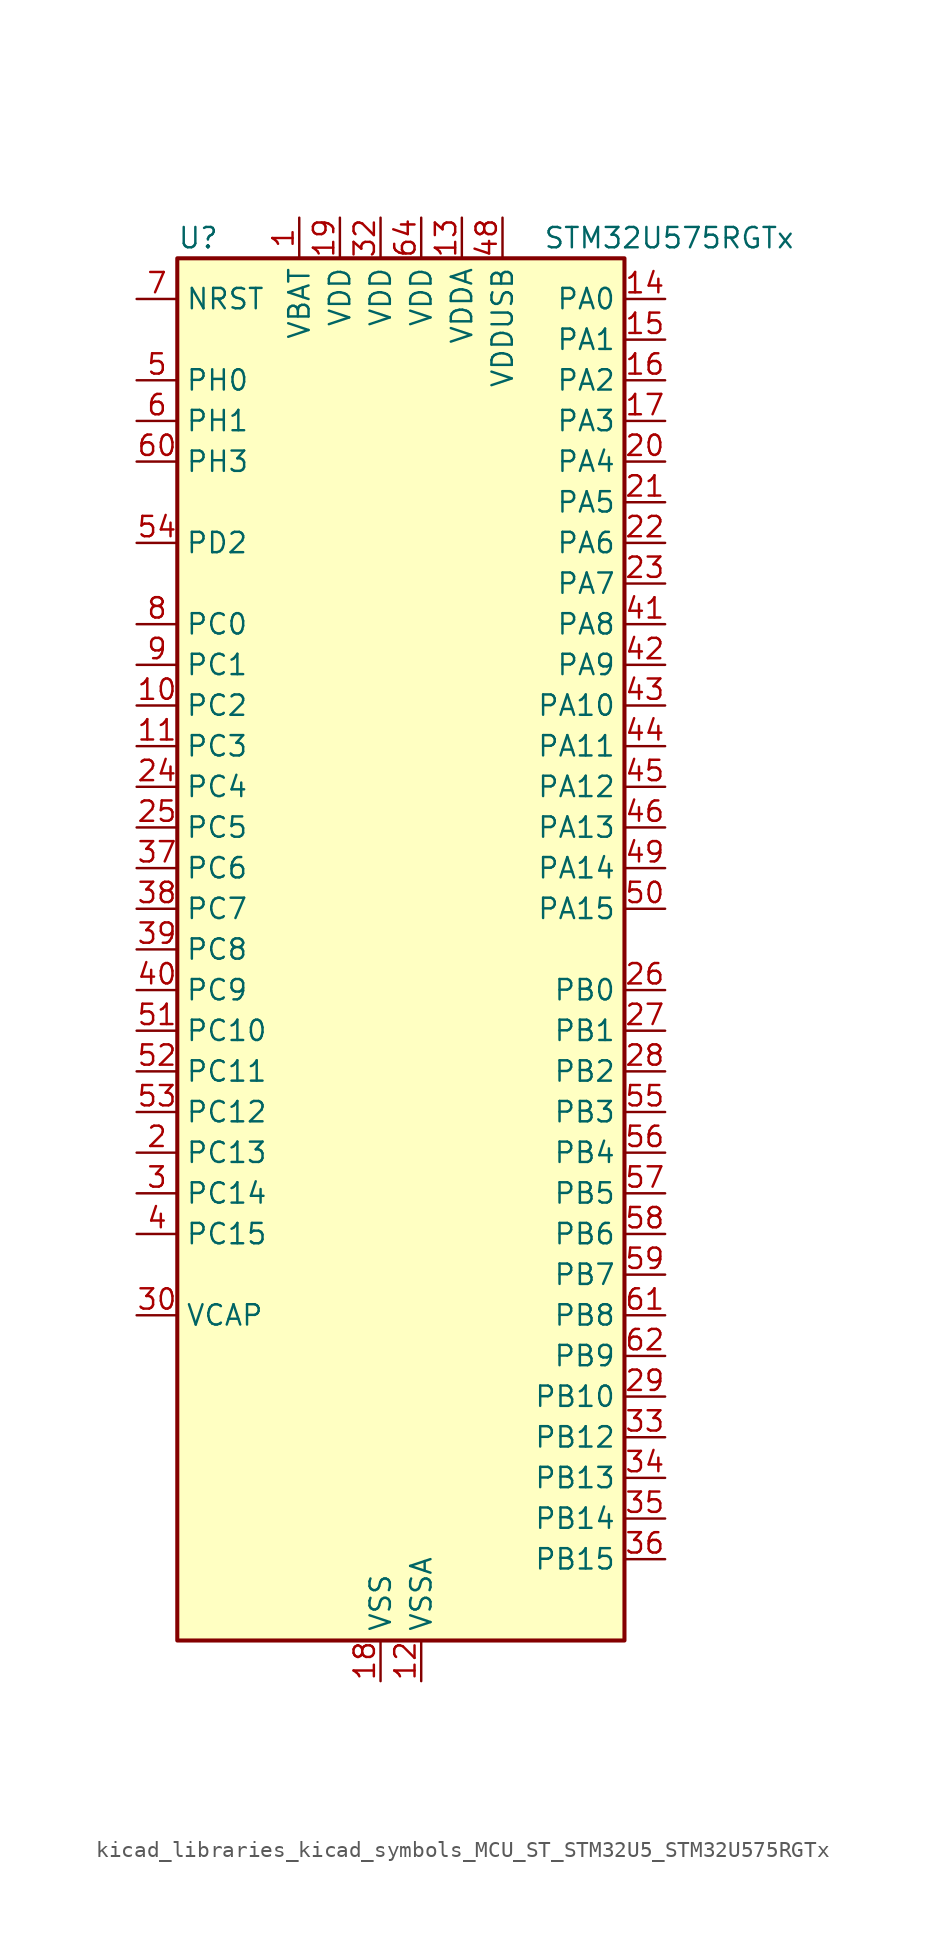
<source format=kicad_sym>
(kicad_symbol_lib
  (version 20220914)
  (generator kicad_symbol_editor)
  (symbol "kicad_libraries_kicad_symbols_MCU_ST_STM32U5_STM32U575RGTx"
    (property "Reference" "U"
      (at -12.7 44.45 0)
      (effects (font (size 1.27 1.27)) (justify left)))
    (property "Value" "STM32U575RGTx"
      (at 10.16 44.45 0)
      (effects (font (size 1.27 1.27)) (justify left)))
    (property "ki_locked" ""
      (at 0 0 0)
      (effects (font (size 1.27 1.27))))
    (symbol "kicad_libraries_kicad_symbols_MCU_ST_STM32U5_STM32U575RGTx_0_1"
      (rectangle (start -12.7 -43.18) (end 15.24 43.18) (stroke (width 0.254) (type default)) (fill (type background))))
    (symbol "kicad_libraries_kicad_symbols_MCU_ST_STM32U5_STM32U575RGTx_1_1"
      (pin power_in line (at -5.08 45.72 270) (length 2.54) (name "VBAT" (effects (font (size 1.27 1.27)))) (number "1" (effects (font (size 1.27 1.27)))))
      (pin bidirectional line (at -15.24 15.24 0) (length 2.54) (name "PC2" (effects (font (size 1.27 1.27)))) (number "10" (effects (font (size 1.27 1.27)))) (alternate "ADC1_IN3" bidirectional line) (alternate "ADC4_IN3" bidirectional line) (alternate "LPTIM1_IN2" bidirectional line) (alternate "MDF1_CCK1" bidirectional line) (alternate "OCTOSPIM_P1_IO5" bidirectional line) (alternate "SPI2_MISO" bidirectional line))
      (pin bidirectional line (at -15.24 12.7 0) (length 2.54) (name "PC3" (effects (font (size 1.27 1.27)))) (number "11" (effects (font (size 1.27 1.27)))) (alternate "ADC1_IN4" bidirectional line) (alternate "ADC4_IN4" bidirectional line) (alternate "LPTIM1_ETR" bidirectional line) (alternate "LPTIM2_ETR" bidirectional line) (alternate "LPTIM3_CH1" bidirectional line) (alternate "OCTOSPIM_P1_IO6" bidirectional line) (alternate "SAI1_D1" bidirectional line) (alternate "SAI1_SD_A" bidirectional line) (alternate "SPI2_MOSI" bidirectional line))
      (pin power_in line (at 2.54 -45.72 90) (length 2.54) (name "VSSA" (effects (font (size 1.27 1.27)))) (number "12" (effects (font (size 1.27 1.27)))))
      (pin power_in line (at 5.08 45.72 270) (length 2.54) (name "VDDA" (effects (font (size 1.27 1.27)))) (number "13" (effects (font (size 1.27 1.27)))))
      (pin bidirectional line (at 17.78 40.64 180) (length 2.54) (name "PA0" (effects (font (size 1.27 1.27)))) (number "14" (effects (font (size 1.27 1.27)))) (alternate "ADC1_IN5" bidirectional line) (alternate "AUDIOCLK" bidirectional line) (alternate "OCTOSPIM_P2_NCS" bidirectional line) (alternate "OPAMP1_VINP" bidirectional line) (alternate "PWR_WKUP1" bidirectional line) (alternate "SDMMC2_CMD" bidirectional line) (alternate "SPI3_RDY" bidirectional line) (alternate "TAMP_IN2" bidirectional line) (alternate "TAMP_OUT1" bidirectional line) (alternate "TIM2_CH1" bidirectional line) (alternate "TIM2_ETR" bidirectional line) (alternate "TIM5_CH1" bidirectional line) (alternate "TIM8_ETR" bidirectional line) (alternate "UART4_TX" bidirectional line) (alternate "USART2_CTS" bidirectional line))
      (pin bidirectional line (at 17.78 38.1 180) (length 2.54) (name "PA1" (effects (font (size 1.27 1.27)))) (number "15" (effects (font (size 1.27 1.27)))) (alternate "ADC1_IN6" bidirectional line) (alternate "I2C1_SMBA" bidirectional line) (alternate "LPTIM1_CH2" bidirectional line) (alternate "OCTOSPIM_P1_DQS" bidirectional line) (alternate "OPAMP1_VINM" bidirectional line) (alternate "PWR_WKUP3" bidirectional line) (alternate "SPI1_SCK" bidirectional line) (alternate "TAMP_IN5" bidirectional line) (alternate "TAMP_OUT4" bidirectional line) (alternate "TIM15_CH1N" bidirectional line) (alternate "TIM2_CH2" bidirectional line) (alternate "TIM5_CH2" bidirectional line) (alternate "UART4_RX" bidirectional line) (alternate "USART2_DE" bidirectional line) (alternate "USART2_RTS" bidirectional line))
      (pin bidirectional line (at 17.78 35.56 180) (length 2.54) (name "PA2" (effects (font (size 1.27 1.27)))) (number "16" (effects (font (size 1.27 1.27)))) (alternate "ADC1_IN7" bidirectional line) (alternate "COMP1_INP" bidirectional line) (alternate "LPUART1_TX" bidirectional line) (alternate "OCTOSPIM_P1_NCS" bidirectional line) (alternate "PWR_WKUP4" bidirectional line) (alternate "RCC_LSCO" bidirectional line) (alternate "SPI1_RDY" bidirectional line) (alternate "TIM15_CH1" bidirectional line) (alternate "TIM2_CH3" bidirectional line) (alternate "TIM5_CH3" bidirectional line) (alternate "UCPD1_FRSTX1" bidirectional line) (alternate "USART2_TX" bidirectional line))
      (pin bidirectional line (at 17.78 33.02 180) (length 2.54) (name "PA3" (effects (font (size 1.27 1.27)))) (number "17" (effects (font (size 1.27 1.27)))) (alternate "ADC1_IN8" bidirectional line) (alternate "LPUART1_RX" bidirectional line) (alternate "OCTOSPIM_P1_CLK" bidirectional line) (alternate "OPAMP1_VOUT" bidirectional line) (alternate "PWR_WKUP5" bidirectional line) (alternate "SAI1_CK1" bidirectional line) (alternate "SAI1_MCLK_A" bidirectional line) (alternate "TIM15_CH2" bidirectional line) (alternate "TIM2_CH4" bidirectional line) (alternate "TIM5_CH4" bidirectional line) (alternate "USART2_RX" bidirectional line))
      (pin power_in line (at 0 -45.72 90) (length 2.54) (name "VSS" (effects (font (size 1.27 1.27)))) (number "18" (effects (font (size 1.27 1.27)))))
      (pin power_in line (at -2.54 45.72 270) (length 2.54) (name "VDD" (effects (font (size 1.27 1.27)))) (number "19" (effects (font (size 1.27 1.27)))))
      (pin bidirectional line (at -15.24 -12.7 0) (length 2.54) (name "PC13" (effects (font (size 1.27 1.27)))) (number "2" (effects (font (size 1.27 1.27)))) (alternate "PWR_WKUP2" bidirectional line) (alternate "RTC_OUT1" bidirectional line) (alternate "RTC_TS" bidirectional line) (alternate "TAMP_IN1" bidirectional line) (alternate "TAMP_OUT2" bidirectional line))
      (pin bidirectional line (at 17.78 30.48 180) (length 2.54) (name "PA4" (effects (font (size 1.27 1.27)))) (number "20" (effects (font (size 1.27 1.27)))) (alternate "ADC1_IN9" bidirectional line) (alternate "ADC4_IN9" bidirectional line) (alternate "DAC1_OUT1" bidirectional line) (alternate "DCMI_HSYNC" bidirectional line) (alternate "LPTIM2_CH1" bidirectional line) (alternate "OCTOSPIM_P1_NCS" bidirectional line) (alternate "PSSI_DE" bidirectional line) (alternate "PWR_WKUP2" bidirectional line) (alternate "SAI1_FS_B" bidirectional line) (alternate "SPI1_NSS" bidirectional line) (alternate "SPI3_NSS" bidirectional line) (alternate "USART2_CK" bidirectional line))
      (pin bidirectional line (at 17.78 27.94 180) (length 2.54) (name "PA5" (effects (font (size 1.27 1.27)))) (number "21" (effects (font (size 1.27 1.27)))) (alternate "ADC1_IN10" bidirectional line) (alternate "ADC4_IN10" bidirectional line) (alternate "DAC1_OUT2" bidirectional line) (alternate "LPTIM2_ETR" bidirectional line) (alternate "PSSI_D14" bidirectional line) (alternate "PWR_CSLEEP" bidirectional line) (alternate "PWR_WKUP6" bidirectional line) (alternate "SPI1_SCK" bidirectional line) (alternate "TIM2_CH1" bidirectional line) (alternate "TIM2_ETR" bidirectional line) (alternate "TIM8_CH1N" bidirectional line) (alternate "USART3_RX" bidirectional line))
      (pin bidirectional line (at 17.78 25.4 180) (length 2.54) (name "PA6" (effects (font (size 1.27 1.27)))) (number "22" (effects (font (size 1.27 1.27)))) (alternate "ADC1_IN11" bidirectional line) (alternate "ADC4_IN11" bidirectional line) (alternate "DCMI_PIXCLK" bidirectional line) (alternate "LPUART1_CTS" bidirectional line) (alternate "OCTOSPIM_P1_IO3" bidirectional line) (alternate "OPAMP2_VINP" bidirectional line) (alternate "PSSI_PDCK" bidirectional line) (alternate "PWR_CDSTOP" bidirectional line) (alternate "PWR_WKUP7" bidirectional line) (alternate "SPI1_MISO" bidirectional line) (alternate "TIM16_CH1" bidirectional line) (alternate "TIM1_BKIN" bidirectional line) (alternate "TIM3_CH1" bidirectional line) (alternate "TIM8_BKIN" bidirectional line) (alternate "USART3_CTS" bidirectional line))
      (pin bidirectional line (at 17.78 22.86 180) (length 2.54) (name "PA7" (effects (font (size 1.27 1.27)))) (number "23" (effects (font (size 1.27 1.27)))) (alternate "ADC1_IN12" bidirectional line) (alternate "ADC4_IN20" bidirectional line) (alternate "I2C3_SCL" bidirectional line) (alternate "LPTIM2_CH2" bidirectional line) (alternate "OCTOSPIM_P1_IO2" bidirectional line) (alternate "OPAMP2_VINM" bidirectional line) (alternate "PWR_SRDSTOP" bidirectional line) (alternate "PWR_WKUP8" bidirectional line) (alternate "SPI1_MOSI" bidirectional line) (alternate "TIM17_CH1" bidirectional line) (alternate "TIM1_CH1N" bidirectional line) (alternate "TIM3_CH2" bidirectional line) (alternate "TIM8_CH1N" bidirectional line) (alternate "USART3_TX" bidirectional line))
      (pin bidirectional line (at -15.24 10.16 0) (length 2.54) (name "PC4" (effects (font (size 1.27 1.27)))) (number "24" (effects (font (size 1.27 1.27)))) (alternate "ADC1_IN13" bidirectional line) (alternate "ADC4_IN22" bidirectional line) (alternate "COMP1_INM" bidirectional line) (alternate "OCTOSPIM_P1_IO7" bidirectional line) (alternate "USART3_TX" bidirectional line))
      (pin bidirectional line (at -15.24 7.62 0) (length 2.54) (name "PC5" (effects (font (size 1.27 1.27)))) (number "25" (effects (font (size 1.27 1.27)))) (alternate "ADC1_IN14" bidirectional line) (alternate "ADC4_IN23" bidirectional line) (alternate "COMP1_INP" bidirectional line) (alternate "PSSI_D15" bidirectional line) (alternate "PWR_WKUP5" bidirectional line) (alternate "SAI1_D3" bidirectional line) (alternate "TAMP_IN4" bidirectional line) (alternate "TAMP_OUT5" bidirectional line) (alternate "TIM1_CH4N" bidirectional line) (alternate "USART3_RX" bidirectional line))
      (pin bidirectional line (at 17.78 -2.54 180) (length 2.54) (name "PB0" (effects (font (size 1.27 1.27)))) (number "26" (effects (font (size 1.27 1.27)))) (alternate "ADC1_IN15" bidirectional line) (alternate "ADC4_IN18" bidirectional line) (alternate "AUDIOCLK" bidirectional line) (alternate "COMP1_OUT" bidirectional line) (alternate "LPTIM3_CH1" bidirectional line) (alternate "OCTOSPIM_P1_IO1" bidirectional line) (alternate "OPAMP2_VOUT" bidirectional line) (alternate "SPI1_NSS" bidirectional line) (alternate "TIM1_CH2N" bidirectional line) (alternate "TIM3_CH3" bidirectional line) (alternate "TIM8_CH2N" bidirectional line) (alternate "USART3_CK" bidirectional line))
      (pin bidirectional line (at 17.78 -5.08 180) (length 2.54) (name "PB1" (effects (font (size 1.27 1.27)))) (number "27" (effects (font (size 1.27 1.27)))) (alternate "ADC1_IN16" bidirectional line) (alternate "ADC4_IN19" bidirectional line) (alternate "COMP1_INM" bidirectional line) (alternate "LPTIM2_IN1" bidirectional line) (alternate "LPTIM3_CH2" bidirectional line) (alternate "LPUART1_DE" bidirectional line) (alternate "LPUART1_RTS" bidirectional line) (alternate "MDF1_SDI0" bidirectional line) (alternate "OCTOSPIM_P1_IO0" bidirectional line) (alternate "PWR_WKUP4" bidirectional line) (alternate "TIM1_CH3N" bidirectional line) (alternate "TIM3_CH4" bidirectional line) (alternate "TIM8_CH3N" bidirectional line) (alternate "USART3_DE" bidirectional line) (alternate "USART3_RTS" bidirectional line))
      (pin bidirectional line (at 17.78 -7.62 180) (length 2.54) (name "PB2" (effects (font (size 1.27 1.27)))) (number "28" (effects (font (size 1.27 1.27)))) (alternate "ADC1_IN17" bidirectional line) (alternate "COMP1_INP" bidirectional line) (alternate "I2C3_SMBA" bidirectional line) (alternate "LPTIM1_CH1" bidirectional line) (alternate "MDF1_CKI0" bidirectional line) (alternate "OCTOSPIM_P1_DQS" bidirectional line) (alternate "PWR_WKUP1" bidirectional line) (alternate "RTC_OUT2" bidirectional line) (alternate "SPI1_RDY" bidirectional line) (alternate "TIM8_CH4N" bidirectional line) (alternate "UCPD1_FRSTX1" bidirectional line))
      (pin bidirectional line (at 17.78 -27.94 180) (length 2.54) (name "PB10" (effects (font (size 1.27 1.27)))) (number "29" (effects (font (size 1.27 1.27)))) (alternate "COMP1_OUT" bidirectional line) (alternate "I2C2_SCL" bidirectional line) (alternate "I2C4_SCL" bidirectional line) (alternate "LPTIM3_CH1" bidirectional line) (alternate "LPUART1_RX" bidirectional line) (alternate "OCTOSPIM_P1_CLK" bidirectional line) (alternate "PWR_WKUP8" bidirectional line) (alternate "SAI1_SCK_A" bidirectional line) (alternate "SPI2_SCK" bidirectional line) (alternate "TIM2_CH3" bidirectional line) (alternate "TSC_SYNC" bidirectional line) (alternate "USART3_TX" bidirectional line))
      (pin bidirectional line (at -15.24 -15.24 0) (length 2.54) (name "PC14" (effects (font (size 1.27 1.27)))) (number "3" (effects (font (size 1.27 1.27)))) (alternate "RCC_OSC32_IN" bidirectional line))
      (pin power_out line (at -15.24 -22.86 0) (length 2.54) (name "VCAP" (effects (font (size 1.27 1.27)))) (number "30" (effects (font (size 1.27 1.27)))))
      (pin passive line (at 0 -45.72 90) (length 2.54) hide (name "VSS" (effects (font (size 1.27 1.27)))) (number "31" (effects (font (size 1.27 1.27)))))
      (pin power_in line (at 0 45.72 270) (length 2.54) (name "VDD" (effects (font (size 1.27 1.27)))) (number "32" (effects (font (size 1.27 1.27)))))
      (pin bidirectional line (at 17.78 -30.48 180) (length 2.54) (name "PB12" (effects (font (size 1.27 1.27)))) (number "33" (effects (font (size 1.27 1.27)))) (alternate "I2C2_SMBA" bidirectional line) (alternate "LPUART1_DE" bidirectional line) (alternate "LPUART1_RTS" bidirectional line) (alternate "MDF1_SDI1" bidirectional line) (alternate "OCTOSPIM_P1_NCLK" bidirectional line) (alternate "SPI2_NSS" bidirectional line) (alternate "TIM15_BKIN" bidirectional line) (alternate "TIM1_BKIN" bidirectional line) (alternate "TSC_G1_IO1" bidirectional line) (alternate "USART3_CK" bidirectional line))
      (pin bidirectional line (at 17.78 -33.02 180) (length 2.54) (name "PB13" (effects (font (size 1.27 1.27)))) (number "34" (effects (font (size 1.27 1.27)))) (alternate "I2C2_SCL" bidirectional line) (alternate "LPTIM3_IN1" bidirectional line) (alternate "LPUART1_CTS" bidirectional line) (alternate "MDF1_CKI1" bidirectional line) (alternate "SPI2_SCK" bidirectional line) (alternate "TIM15_CH1N" bidirectional line) (alternate "TIM1_CH1N" bidirectional line) (alternate "TSC_G1_IO2" bidirectional line) (alternate "USART3_CTS" bidirectional line))
      (pin bidirectional line (at 17.78 -35.56 180) (length 2.54) (name "PB14" (effects (font (size 1.27 1.27)))) (number "35" (effects (font (size 1.27 1.27)))) (alternate "I2C2_SDA" bidirectional line) (alternate "LPTIM3_ETR" bidirectional line) (alternate "MDF1_SDI2" bidirectional line) (alternate "SDMMC2_D0" bidirectional line) (alternate "SPI2_MISO" bidirectional line) (alternate "TIM15_CH1" bidirectional line) (alternate "TIM1_CH2N" bidirectional line) (alternate "TIM8_CH2N" bidirectional line) (alternate "TSC_G1_IO3" bidirectional line) (alternate "UCPD1_DBCC2" bidirectional line) (alternate "USART3_DE" bidirectional line) (alternate "USART3_RTS" bidirectional line))
      (pin bidirectional line (at 17.78 -38.1 180) (length 2.54) (name "PB15" (effects (font (size 1.27 1.27)))) (number "36" (effects (font (size 1.27 1.27)))) (alternate "ADC1_EXTI15" bidirectional line) (alternate "ADC4_EXTI15" bidirectional line) (alternate "LPTIM2_IN2" bidirectional line) (alternate "MDF1_CKI2" bidirectional line) (alternate "PWR_WKUP7" bidirectional line) (alternate "RTC_REFIN" bidirectional line) (alternate "SDMMC2_D1" bidirectional line) (alternate "SPI2_MOSI" bidirectional line) (alternate "TIM15_CH2" bidirectional line) (alternate "TIM1_CH3N" bidirectional line) (alternate "TIM8_CH3N" bidirectional line) (alternate "UCPD1_CC2" bidirectional line))
      (pin bidirectional line (at -15.24 5.08 0) (length 2.54) (name "PC6" (effects (font (size 1.27 1.27)))) (number "37" (effects (font (size 1.27 1.27)))) (alternate "DCMI_D0" bidirectional line) (alternate "MDF1_CKI3" bidirectional line) (alternate "PSSI_D0" bidirectional line) (alternate "PWR_CSLEEP" bidirectional line) (alternate "SDMMC1_D0DIR" bidirectional line) (alternate "SDMMC1_D6" bidirectional line) (alternate "SDMMC2_D6" bidirectional line) (alternate "TIM3_CH1" bidirectional line) (alternate "TIM8_CH1" bidirectional line) (alternate "TSC_G4_IO1" bidirectional line))
      (pin bidirectional line (at -15.24 2.54 0) (length 2.54) (name "PC7" (effects (font (size 1.27 1.27)))) (number "38" (effects (font (size 1.27 1.27)))) (alternate "DCMI_D1" bidirectional line) (alternate "LPTIM2_CH2" bidirectional line) (alternate "MDF1_SDI3" bidirectional line) (alternate "PSSI_D1" bidirectional line) (alternate "PWR_CDSTOP" bidirectional line) (alternate "SDMMC1_D123DIR" bidirectional line) (alternate "SDMMC1_D7" bidirectional line) (alternate "SDMMC2_D7" bidirectional line) (alternate "TIM3_CH2" bidirectional line) (alternate "TIM8_CH2" bidirectional line) (alternate "TSC_G4_IO2" bidirectional line))
      (pin bidirectional line (at -15.24 0 0) (length 2.54) (name "PC8" (effects (font (size 1.27 1.27)))) (number "39" (effects (font (size 1.27 1.27)))) (alternate "DCMI_D2" bidirectional line) (alternate "LPTIM3_CH1" bidirectional line) (alternate "PSSI_D2" bidirectional line) (alternate "PWR_SRDSTOP" bidirectional line) (alternate "SDMMC1_D0" bidirectional line) (alternate "TIM3_CH3" bidirectional line) (alternate "TIM8_CH3" bidirectional line) (alternate "TSC_G4_IO3" bidirectional line))
      (pin bidirectional line (at -15.24 -17.78 0) (length 2.54) (name "PC15" (effects (font (size 1.27 1.27)))) (number "4" (effects (font (size 1.27 1.27)))) (alternate "ADC1_EXTI15" bidirectional line) (alternate "ADC4_EXTI15" bidirectional line) (alternate "RCC_OSC32_OUT" bidirectional line))
      (pin bidirectional line (at -15.24 -2.54 0) (length 2.54) (name "PC9" (effects (font (size 1.27 1.27)))) (number "40" (effects (font (size 1.27 1.27)))) (alternate "DAC1_EXTI9" bidirectional line) (alternate "DCMI_D3" bidirectional line) (alternate "DEBUG_TRACED0" bidirectional line) (alternate "LPTIM3_CH2" bidirectional line) (alternate "PSSI_D3" bidirectional line) (alternate "SDMMC1_D1" bidirectional line) (alternate "TIM3_CH4" bidirectional line) (alternate "TIM8_BKIN2" bidirectional line) (alternate "TIM8_CH4" bidirectional line) (alternate "TSC_G4_IO4" bidirectional line) (alternate "USB_OTG_FS_NOE" bidirectional line))
      (pin bidirectional line (at 17.78 20.32 180) (length 2.54) (name "PA8" (effects (font (size 1.27 1.27)))) (number "41" (effects (font (size 1.27 1.27)))) (alternate "DEBUG_TRACECLK" bidirectional line) (alternate "LPTIM2_CH1" bidirectional line) (alternate "RCC_MCO" bidirectional line) (alternate "SAI1_CK2" bidirectional line) (alternate "SAI1_SCK_A" bidirectional line) (alternate "SPI1_RDY" bidirectional line) (alternate "TIM1_CH1" bidirectional line) (alternate "USART1_CK" bidirectional line) (alternate "USB_OTG_FS_SOF" bidirectional line))
      (pin bidirectional line (at 17.78 17.78 180) (length 2.54) (name "PA9" (effects (font (size 1.27 1.27)))) (number "42" (effects (font (size 1.27 1.27)))) (alternate "DAC1_EXTI9" bidirectional line) (alternate "DCMI_D0" bidirectional line) (alternate "PSSI_D0" bidirectional line) (alternate "SAI1_FS_A" bidirectional line) (alternate "SPI2_SCK" bidirectional line) (alternate "TIM15_BKIN" bidirectional line) (alternate "TIM1_CH2" bidirectional line) (alternate "USART1_TX" bidirectional line) (alternate "USB_OTG_FS_VBUS" bidirectional line))
      (pin bidirectional line (at 17.78 15.24 180) (length 2.54) (name "PA10" (effects (font (size 1.27 1.27)))) (number "43" (effects (font (size 1.27 1.27)))) (alternate "CRS_SYNC" bidirectional line) (alternate "DCMI_D1" bidirectional line) (alternate "LPTIM2_IN2" bidirectional line) (alternate "PSSI_D1" bidirectional line) (alternate "SAI1_D1" bidirectional line) (alternate "SAI1_SD_A" bidirectional line) (alternate "TIM17_BKIN" bidirectional line) (alternate "TIM1_CH3" bidirectional line) (alternate "USART1_RX" bidirectional line) (alternate "USB_OTG_FS_ID" bidirectional line))
      (pin bidirectional line (at 17.78 12.7 180) (length 2.54) (name "PA11" (effects (font (size 1.27 1.27)))) (number "44" (effects (font (size 1.27 1.27)))) (alternate "ADC1_EXTI11" bidirectional line) (alternate "FDCAN1_RX" bidirectional line) (alternate "SPI1_MISO" bidirectional line) (alternate "TIM1_BKIN2" bidirectional line) (alternate "TIM1_CH4" bidirectional line) (alternate "USART1_CTS" bidirectional line) (alternate "USB_OTG_FS_DM" bidirectional line))
      (pin bidirectional line (at 17.78 10.16 180) (length 2.54) (name "PA12" (effects (font (size 1.27 1.27)))) (number "45" (effects (font (size 1.27 1.27)))) (alternate "FDCAN1_TX" bidirectional line) (alternate "OCTOSPIM_P2_NCS" bidirectional line) (alternate "SPI1_MOSI" bidirectional line) (alternate "TIM1_ETR" bidirectional line) (alternate "USART1_DE" bidirectional line) (alternate "USART1_RTS" bidirectional line) (alternate "USB_OTG_FS_DP" bidirectional line))
      (pin bidirectional line (at 17.78 7.62 180) (length 2.54) (name "PA13" (effects (font (size 1.27 1.27)))) (number "46" (effects (font (size 1.27 1.27)))) (alternate "DEBUG_JTMS-SWDIO" bidirectional line) (alternate "IR_OUT" bidirectional line) (alternate "SAI1_SD_B" bidirectional line) (alternate "USB_OTG_FS_NOE" bidirectional line))
      (pin passive line (at 0 -45.72 90) (length 2.54) hide (name "VSS" (effects (font (size 1.27 1.27)))) (number "47" (effects (font (size 1.27 1.27)))))
      (pin power_in line (at 7.62 45.72 270) (length 2.54) (name "VDDUSB" (effects (font (size 1.27 1.27)))) (number "48" (effects (font (size 1.27 1.27)))))
      (pin bidirectional line (at 17.78 5.08 180) (length 2.54) (name "PA14" (effects (font (size 1.27 1.27)))) (number "49" (effects (font (size 1.27 1.27)))) (alternate "DEBUG_JTCK-SWCLK" bidirectional line) (alternate "I2C1_SMBA" bidirectional line) (alternate "I2C4_SMBA" bidirectional line) (alternate "LPTIM1_CH1" bidirectional line) (alternate "SAI1_FS_B" bidirectional line) (alternate "USB_OTG_FS_SOF" bidirectional line))
      (pin bidirectional line (at -15.24 35.56 0) (length 2.54) (name "PH0" (effects (font (size 1.27 1.27)))) (number "5" (effects (font (size 1.27 1.27)))) (alternate "RCC_OSC_IN" bidirectional line))
      (pin bidirectional line (at 17.78 2.54 180) (length 2.54) (name "PA15" (effects (font (size 1.27 1.27)))) (number "50" (effects (font (size 1.27 1.27)))) (alternate "ADC1_EXTI15" bidirectional line) (alternate "ADC4_EXTI15" bidirectional line) (alternate "DEBUG_JTDI" bidirectional line) (alternate "SPI1_NSS" bidirectional line) (alternate "SPI3_NSS" bidirectional line) (alternate "TIM2_CH1" bidirectional line) (alternate "TIM2_ETR" bidirectional line) (alternate "UART4_DE" bidirectional line) (alternate "UART4_RTS" bidirectional line) (alternate "UCPD1_CC1" bidirectional line) (alternate "USART2_RX" bidirectional line) (alternate "USART3_DE" bidirectional line) (alternate "USART3_RTS" bidirectional line))
      (pin bidirectional line (at -15.24 -5.08 0) (length 2.54) (name "PC10" (effects (font (size 1.27 1.27)))) (number "51" (effects (font (size 1.27 1.27)))) (alternate "ADF1_CCK1" bidirectional line) (alternate "DCMI_D8" bidirectional line) (alternate "DEBUG_TRACED1" bidirectional line) (alternate "LPTIM3_ETR" bidirectional line) (alternate "PSSI_D8" bidirectional line) (alternate "SDMMC1_D2" bidirectional line) (alternate "SPI3_SCK" bidirectional line) (alternate "TSC_G3_IO2" bidirectional line) (alternate "UART4_TX" bidirectional line) (alternate "USART3_TX" bidirectional line))
      (pin bidirectional line (at -15.24 -7.62 0) (length 2.54) (name "PC11" (effects (font (size 1.27 1.27)))) (number "52" (effects (font (size 1.27 1.27)))) (alternate "ADC1_EXTI11" bidirectional line) (alternate "ADF1_SDI0" bidirectional line) (alternate "DCMI_D2" bidirectional line) (alternate "DCMI_D4" bidirectional line) (alternate "LPTIM3_IN1" bidirectional line) (alternate "OCTOSPIM_P1_NCS" bidirectional line) (alternate "PSSI_D2" bidirectional line) (alternate "PSSI_D4" bidirectional line) (alternate "SDMMC1_D3" bidirectional line) (alternate "SPI3_MISO" bidirectional line) (alternate "TSC_G3_IO3" bidirectional line) (alternate "UART4_RX" bidirectional line) (alternate "UCPD1_FRSTX2" bidirectional line) (alternate "USART3_RX" bidirectional line))
      (pin bidirectional line (at -15.24 -10.16 0) (length 2.54) (name "PC12" (effects (font (size 1.27 1.27)))) (number "53" (effects (font (size 1.27 1.27)))) (alternate "DCMI_D9" bidirectional line) (alternate "DEBUG_TRACED3" bidirectional line) (alternate "PSSI_D9" bidirectional line) (alternate "SDMMC1_CK" bidirectional line) (alternate "SPI3_MOSI" bidirectional line) (alternate "TSC_G3_IO4" bidirectional line) (alternate "UART5_TX" bidirectional line) (alternate "USART3_CK" bidirectional line))
      (pin bidirectional line (at -15.24 25.4 0) (length 2.54) (name "PD2" (effects (font (size 1.27 1.27)))) (number "54" (effects (font (size 1.27 1.27)))) (alternate "DCMI_D11" bidirectional line) (alternate "DEBUG_TRACED2" bidirectional line) (alternate "LPTIM4_ETR" bidirectional line) (alternate "PSSI_D11" bidirectional line) (alternate "SDMMC1_CMD" bidirectional line) (alternate "TIM3_ETR" bidirectional line) (alternate "TSC_SYNC" bidirectional line) (alternate "UART5_RX" bidirectional line) (alternate "USART3_DE" bidirectional line) (alternate "USART3_RTS" bidirectional line))
      (pin bidirectional line (at 17.78 -10.16 180) (length 2.54) (name "PB3" (effects (font (size 1.27 1.27)))) (number "55" (effects (font (size 1.27 1.27)))) (alternate "ADF1_CCK0" bidirectional line) (alternate "COMP2_INM" bidirectional line) (alternate "CRS_SYNC" bidirectional line) (alternate "DEBUG_JTDO-SWO" bidirectional line) (alternate "I2C1_SDA" bidirectional line) (alternate "LPTIM1_CH1" bidirectional line) (alternate "SAI1_SCK_B" bidirectional line) (alternate "SDMMC2_D2" bidirectional line) (alternate "SPI1_SCK" bidirectional line) (alternate "SPI3_SCK" bidirectional line) (alternate "TIM2_CH2" bidirectional line) (alternate "USART1_DE" bidirectional line) (alternate "USART1_RTS" bidirectional line))
      (pin bidirectional line (at 17.78 -12.7 180) (length 2.54) (name "PB4" (effects (font (size 1.27 1.27)))) (number "56" (effects (font (size 1.27 1.27)))) (alternate "ADF1_SDI0" bidirectional line) (alternate "COMP2_INP" bidirectional line) (alternate "DCMI_D12" bidirectional line) (alternate "DEBUG_JTRST" bidirectional line) (alternate "I2C3_SDA" bidirectional line) (alternate "LPTIM1_CH2" bidirectional line) (alternate "PSSI_D12" bidirectional line) (alternate "SAI1_MCLK_B" bidirectional line) (alternate "SDMMC2_D3" bidirectional line) (alternate "SPI1_MISO" bidirectional line) (alternate "SPI3_MISO" bidirectional line) (alternate "TIM17_BKIN" bidirectional line) (alternate "TIM3_CH1" bidirectional line) (alternate "TSC_G2_IO1" bidirectional line) (alternate "UART5_DE" bidirectional line) (alternate "UART5_RTS" bidirectional line) (alternate "USART1_CTS" bidirectional line))
      (pin bidirectional line (at 17.78 -15.24 180) (length 2.54) (name "PB5" (effects (font (size 1.27 1.27)))) (number "57" (effects (font (size 1.27 1.27)))) (alternate "COMP2_OUT" bidirectional line) (alternate "DCMI_D10" bidirectional line) (alternate "I2C1_SMBA" bidirectional line) (alternate "LPTIM1_IN1" bidirectional line) (alternate "OCTOSPIM_P1_NCLK" bidirectional line) (alternate "PSSI_D10" bidirectional line) (alternate "PWR_WKUP6" bidirectional line) (alternate "SAI1_SD_B" bidirectional line) (alternate "SPI1_MOSI" bidirectional line) (alternate "SPI3_MOSI" bidirectional line) (alternate "TIM16_BKIN" bidirectional line) (alternate "TIM3_CH2" bidirectional line) (alternate "TSC_G2_IO2" bidirectional line) (alternate "UART5_CTS" bidirectional line) (alternate "UCPD1_DBCC1" bidirectional line) (alternate "USART1_CK" bidirectional line))
      (pin bidirectional line (at 17.78 -17.78 180) (length 2.54) (name "PB6" (effects (font (size 1.27 1.27)))) (number "58" (effects (font (size 1.27 1.27)))) (alternate "COMP2_INP" bidirectional line) (alternate "DCMI_D5" bidirectional line) (alternate "I2C1_SCL" bidirectional line) (alternate "I2C4_SCL" bidirectional line) (alternate "LPTIM1_ETR" bidirectional line) (alternate "MDF1_SDI5" bidirectional line) (alternate "PSSI_D5" bidirectional line) (alternate "PWR_WKUP3" bidirectional line) (alternate "SAI1_FS_B" bidirectional line) (alternate "TIM16_CH1N" bidirectional line) (alternate "TIM4_CH1" bidirectional line) (alternate "TIM8_BKIN2" bidirectional line) (alternate "TSC_G2_IO3" bidirectional line) (alternate "USART1_TX" bidirectional line))
      (pin bidirectional line (at 17.78 -20.32 180) (length 2.54) (name "PB7" (effects (font (size 1.27 1.27)))) (number "59" (effects (font (size 1.27 1.27)))) (alternate "COMP2_INM" bidirectional line) (alternate "DCMI_VSYNC" bidirectional line) (alternate "I2C1_SDA" bidirectional line) (alternate "I2C4_SDA" bidirectional line) (alternate "LPTIM1_IN2" bidirectional line) (alternate "MDF1_CKI5" bidirectional line) (alternate "PSSI_RDY" bidirectional line) (alternate "PWR_PVD_IN" bidirectional line) (alternate "PWR_WKUP4" bidirectional line) (alternate "TIM17_CH1N" bidirectional line) (alternate "TIM4_CH2" bidirectional line) (alternate "TIM8_BKIN" bidirectional line) (alternate "TSC_G2_IO4" bidirectional line) (alternate "UART4_CTS" bidirectional line) (alternate "USART1_RX" bidirectional line))
      (pin bidirectional line (at -15.24 33.02 0) (length 2.54) (name "PH1" (effects (font (size 1.27 1.27)))) (number "6" (effects (font (size 1.27 1.27)))) (alternate "RCC_OSC_OUT" bidirectional line))
      (pin bidirectional line (at -15.24 30.48 0) (length 2.54) (name "PH3" (effects (font (size 1.27 1.27)))) (number "60" (effects (font (size 1.27 1.27)))))
      (pin bidirectional line (at 17.78 -22.86 180) (length 2.54) (name "PB8" (effects (font (size 1.27 1.27)))) (number "61" (effects (font (size 1.27 1.27)))) (alternate "DCMI_D6" bidirectional line) (alternate "FDCAN1_RX" bidirectional line) (alternate "I2C1_SCL" bidirectional line) (alternate "MDF1_CCK0" bidirectional line) (alternate "PSSI_D6" bidirectional line) (alternate "PWR_WKUP5" bidirectional line) (alternate "SAI1_CK1" bidirectional line) (alternate "SAI1_MCLK_A" bidirectional line) (alternate "SDMMC1_CKIN" bidirectional line) (alternate "SDMMC1_D4" bidirectional line) (alternate "SDMMC2_D4" bidirectional line) (alternate "SPI3_RDY" bidirectional line) (alternate "TIM16_CH1" bidirectional line) (alternate "TIM4_CH3" bidirectional line))
      (pin bidirectional line (at 17.78 -25.4 180) (length 2.54) (name "PB9" (effects (font (size 1.27 1.27)))) (number "62" (effects (font (size 1.27 1.27)))) (alternate "DAC1_EXTI9" bidirectional line) (alternate "DCMI_D7" bidirectional line) (alternate "FDCAN1_TX" bidirectional line) (alternate "I2C1_SDA" bidirectional line) (alternate "IR_OUT" bidirectional line) (alternate "PSSI_D7" bidirectional line) (alternate "SAI1_D2" bidirectional line) (alternate "SAI1_FS_A" bidirectional line) (alternate "SDMMC1_CDIR" bidirectional line) (alternate "SDMMC1_D5" bidirectional line) (alternate "SDMMC2_D5" bidirectional line) (alternate "SPI2_NSS" bidirectional line) (alternate "TIM17_CH1" bidirectional line) (alternate "TIM4_CH4" bidirectional line))
      (pin passive line (at 0 -45.72 90) (length 2.54) hide (name "VSS" (effects (font (size 1.27 1.27)))) (number "63" (effects (font (size 1.27 1.27)))))
      (pin power_in line (at 2.54 45.72 270) (length 2.54) (name "VDD" (effects (font (size 1.27 1.27)))) (number "64" (effects (font (size 1.27 1.27)))))
      (pin input line (at -15.24 40.64 0) (length 2.54) (name "NRST" (effects (font (size 1.27 1.27)))) (number "7" (effects (font (size 1.27 1.27)))))
      (pin bidirectional line (at -15.24 20.32 0) (length 2.54) (name "PC0" (effects (font (size 1.27 1.27)))) (number "8" (effects (font (size 1.27 1.27)))) (alternate "ADC1_IN1" bidirectional line) (alternate "ADC4_IN1" bidirectional line) (alternate "I2C3_SCL" bidirectional line) (alternate "LPTIM1_IN1" bidirectional line) (alternate "LPTIM2_IN1" bidirectional line) (alternate "LPUART1_RX" bidirectional line) (alternate "MDF1_SDI4" bidirectional line) (alternate "OCTOSPIM_P1_IO7" bidirectional line) (alternate "SDMMC1_D5" bidirectional line) (alternate "SPI2_RDY" bidirectional line))
      (pin bidirectional line (at -15.24 17.78 0) (length 2.54) (name "PC1" (effects (font (size 1.27 1.27)))) (number "9" (effects (font (size 1.27 1.27)))) (alternate "ADC1_IN2" bidirectional line) (alternate "ADC4_IN2" bidirectional line) (alternate "DEBUG_TRACED0" bidirectional line) (alternate "I2C3_SDA" bidirectional line) (alternate "LPTIM1_CH1" bidirectional line) (alternate "LPUART1_TX" bidirectional line) (alternate "MDF1_CKI4" bidirectional line) (alternate "OCTOSPIM_P1_IO4" bidirectional line) (alternate "SAI1_SD_A" bidirectional line) (alternate "SDMMC2_CK" bidirectional line) (alternate "SPI2_MOSI" bidirectional line)))))
</source>
